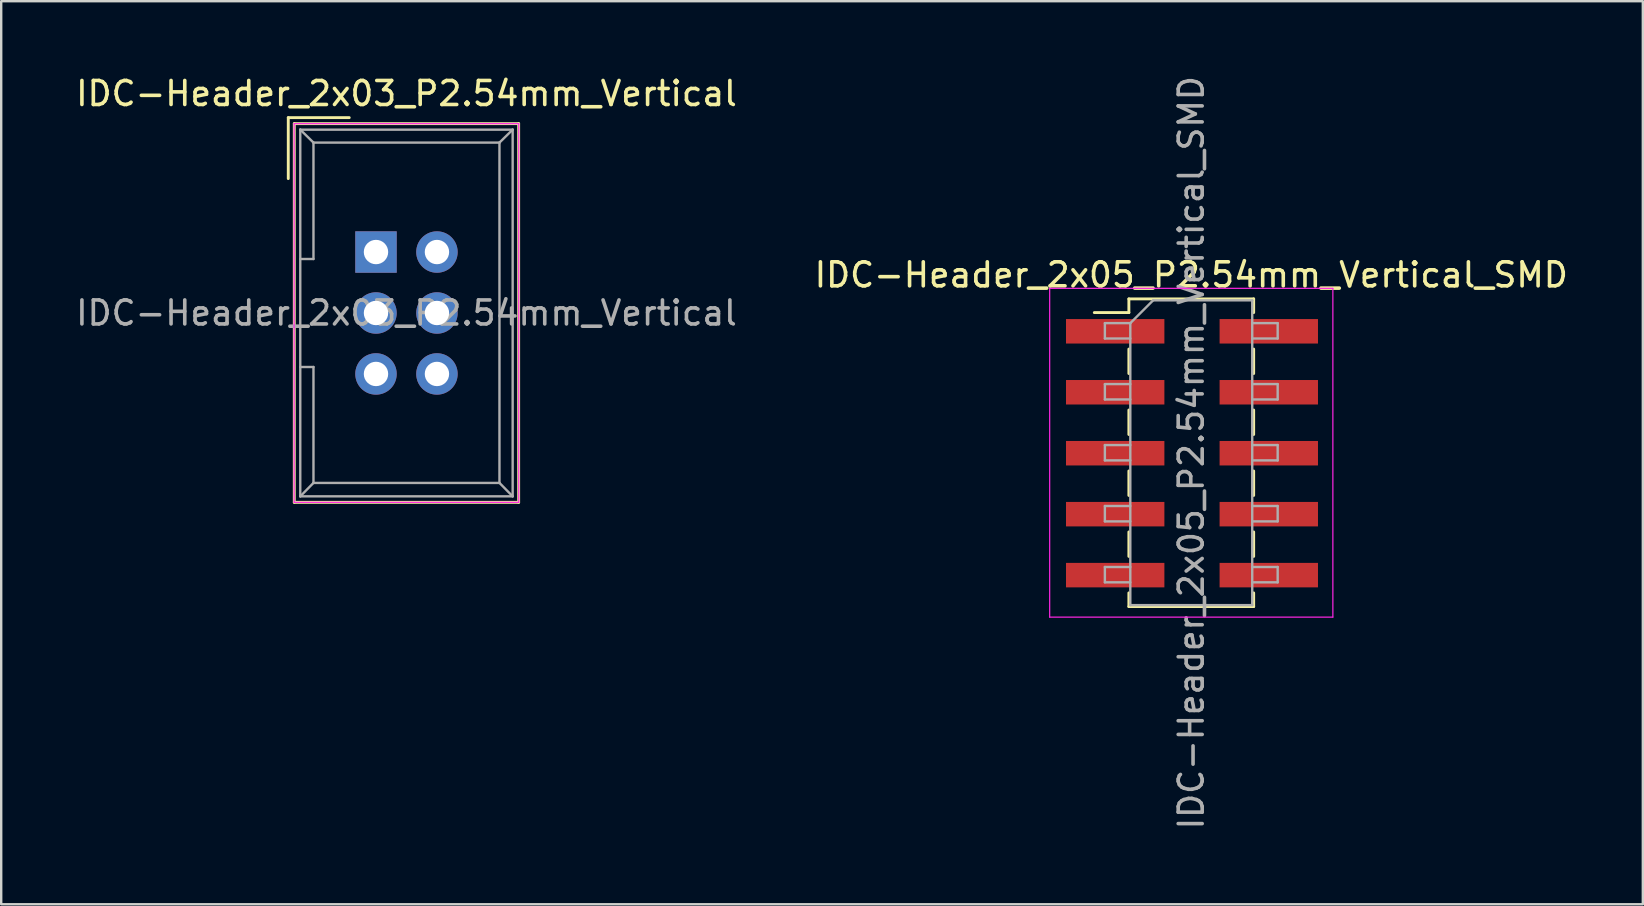
<source format=kicad_pcb>
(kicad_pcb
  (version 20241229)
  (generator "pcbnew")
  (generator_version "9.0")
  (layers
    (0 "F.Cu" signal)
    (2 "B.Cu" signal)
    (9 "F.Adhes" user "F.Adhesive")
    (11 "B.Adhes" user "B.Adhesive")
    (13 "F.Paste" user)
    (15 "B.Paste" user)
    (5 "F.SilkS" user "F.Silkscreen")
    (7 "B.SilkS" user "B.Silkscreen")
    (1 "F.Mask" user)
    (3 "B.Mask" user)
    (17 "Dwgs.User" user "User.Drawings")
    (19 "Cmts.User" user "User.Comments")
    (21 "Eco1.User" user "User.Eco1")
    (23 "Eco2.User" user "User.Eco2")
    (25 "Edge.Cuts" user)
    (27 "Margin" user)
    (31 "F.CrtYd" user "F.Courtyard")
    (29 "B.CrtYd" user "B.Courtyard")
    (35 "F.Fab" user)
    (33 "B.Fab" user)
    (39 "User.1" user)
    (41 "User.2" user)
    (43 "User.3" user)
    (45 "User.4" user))
  (footprint "IDC-Header_2x03_P2.54mm_Vertical"
    (layer "F.Cu")
    (at 12.617 7.452)
    (property "Reference" "IDC-Header_2x03_P2.54mm_Vertical" (at 1.27 -6.604 0) (layer "F.SilkS") (effects (font (size 1 1) (thickness 0.15))))
    (attr through_hole)
    (fp_line (start -3.655 -5.6) (end -3.655 -3.06) (stroke (width 0.12) (type solid)) (layer "F.SilkS"))
    (fp_line (start -3.655 -5.6) (end -1.115 -5.6) (stroke (width 0.12) (type solid)) (layer "F.SilkS"))
    (fp_line (start -3.405 -5.35) (end 5.945 -5.35) (stroke (width 0.12) (type solid)) (layer "F.SilkS"))
    (fp_line (start -3.405 10.43) (end -3.405 -5.35) (stroke (width 0.12) (type solid)) (layer "F.SilkS"))
    (fp_line (start 5.945 -5.35) (end 5.945 10.43) (stroke (width 0.12) (type solid)) (layer "F.SilkS"))
    (fp_line (start 5.945 10.43) (end -3.405 10.43) (stroke (width 0.12) (type solid)) (layer "F.SilkS"))
    (fp_line (start -3.41 -5.35) (end 5.95 -5.35) (stroke (width 0.05) (type solid)) (layer "F.CrtYd"))
    (fp_line (start -3.41 10.43) (end -3.41 -5.35) (stroke (width 0.05) (type solid)) (layer "F.CrtYd"))
    (fp_line (start 5.95 -5.35) (end 5.95 10.43) (stroke (width 0.05) (type solid)) (layer "F.CrtYd"))
    (fp_line (start 5.95 10.43) (end -3.41 10.43) (stroke (width 0.05) (type solid)) (layer "F.CrtYd"))
    (fp_line (start -3.155 -5.1) (end -3.155 10.18) (stroke (width 0.1) (type solid)) (layer "F.Fab"))
    (fp_line (start -3.155 -5.1) (end -2.605 -4.56) (stroke (width 0.1) (type solid)) (layer "F.Fab"))
    (fp_line (start -3.155 10.18) (end -2.605 9.62) (stroke (width 0.1) (type solid)) (layer "F.Fab"))
    (fp_line (start -2.605 -4.56) (end -2.605 0.29) (stroke (width 0.1) (type solid)) (layer "F.Fab"))
    (fp_line (start -2.605 0.29) (end -3.155 0.29) (stroke (width 0.1) (type solid)) (layer "F.Fab"))
    (fp_line (start -2.605 4.79) (end -3.155 4.79) (stroke (width 0.1) (type solid)) (layer "F.Fab"))
    (fp_line (start -2.605 4.79) (end -2.605 9.62) (stroke (width 0.1) (type solid)) (layer "F.Fab"))
    (fp_line (start 5.145 -4.56) (end -2.605 -4.56) (stroke (width 0.1) (type solid)) (layer "F.Fab"))
    (fp_line (start 5.145 -4.56) (end 5.145 9.62) (stroke (width 0.1) (type solid)) (layer "F.Fab"))
    (fp_line (start 5.145 9.62) (end -2.605 9.62) (stroke (width 0.1) (type solid)) (layer "F.Fab"))
    (fp_line (start 5.695 -5.1) (end -3.155 -5.1) (stroke (width 0.1) (type solid)) (layer "F.Fab"))
    (fp_line (start 5.695 -5.1) (end 5.145 -4.56) (stroke (width 0.1) (type solid)) (layer "F.Fab"))
    (fp_line (start 5.695 -5.1) (end 5.695 10.18) (stroke (width 0.1) (type solid)) (layer "F.Fab"))
    (fp_line (start 5.695 10.18) (end -3.155 10.18) (stroke (width 0.1) (type solid)) (layer "F.Fab"))
    (fp_line (start 5.695 10.18) (end 5.145 9.62) (stroke (width 0.1) (type solid)) (layer "F.Fab"))
    (fp_text user "${REFERENCE}" (at 1.27 2.54 0) (layer "F.Fab") (effects (font (size 1 1) (thickness 0.15))))
    (pad "1" thru_hole rect (at 0 0) (size 1.727 1.727) (drill 1.016) (layers "*.Cu" "*.Mask"))
    (pad "2" thru_hole oval (at 2.54 0) (size 1.727 1.727) (drill 1.016) (layers "*.Cu" "*.Mask"))
    (pad "3" thru_hole oval (at 0 2.54) (size 1.727 1.727) (drill 1.016) (layers "*.Cu" "*.Mask"))
    (pad "4" thru_hole oval (at 2.54 2.54) (size 1.727 1.727) (drill 1.016) (layers "*.Cu" "*.Mask"))
    (pad "5" thru_hole oval (at 0 5.08) (size 1.727 1.727) (drill 1.016) (layers "*.Cu" "*.Mask"))
    (pad "6" thru_hole oval (at 2.54 5.08) (size 1.727 1.727) (drill 1.016) (layers "*.Cu" "*.Mask")))
  (footprint "IDC-Header_2x05_P2.54mm_Vertical_SMD"
    (layer "F.Cu")
    (at 46.589 15.815)
    (property "Reference" "IDC-Header_2x05_P2.54mm_Vertical_SMD" (at 0 -7.41 0) (layer "F.SilkS") (effects (font (size 1 1) (thickness 0.15))))
    (attr smd)
    (fp_line (start -4.04 -5.84) (end -2.6 -5.84) (stroke (width 0.12) (type solid)) (layer "F.SilkS"))
    (fp_line (start -2.6 -6.41) (end -2.6 -5.84) (stroke (width 0.12) (type solid)) (layer "F.SilkS"))
    (fp_line (start -2.6 -6.41) (end 2.6 -6.41) (stroke (width 0.12) (type solid)) (layer "F.SilkS"))
    (fp_line (start -2.6 -4.32) (end -2.6 -3.3) (stroke (width 0.12) (type solid)) (layer "F.SilkS"))
    (fp_line (start -2.6 -1.78) (end -2.6 -0.76) (stroke (width 0.12) (type solid)) (layer "F.SilkS"))
    (fp_line (start -2.6 0.76) (end -2.6 1.78) (stroke (width 0.12) (type solid)) (layer "F.SilkS"))
    (fp_line (start -2.6 3.3) (end -2.6 4.32) (stroke (width 0.12) (type solid)) (layer "F.SilkS"))
    (fp_line (start -2.6 5.84) (end -2.6 6.41) (stroke (width 0.12) (type solid)) (layer "F.SilkS"))
    (fp_line (start -2.6 6.41) (end 2.6 6.41) (stroke (width 0.12) (type solid)) (layer "F.SilkS"))
    (fp_line (start 2.6 -6.41) (end 2.6 -5.84) (stroke (width 0.12) (type solid)) (layer "F.SilkS"))
    (fp_line (start 2.6 -4.32) (end 2.6 -3.3) (stroke (width 0.12) (type solid)) (layer "F.SilkS"))
    (fp_line (start 2.6 -1.78) (end 2.6 -0.76) (stroke (width 0.12) (type solid)) (layer "F.SilkS"))
    (fp_line (start 2.6 0.76) (end 2.6 1.78) (stroke (width 0.12) (type solid)) (layer "F.SilkS"))
    (fp_line (start 2.6 3.3) (end 2.6 4.32) (stroke (width 0.12) (type solid)) (layer "F.SilkS"))
    (fp_line (start 2.6 5.84) (end 2.6 6.41) (stroke (width 0.12) (type solid)) (layer "F.SilkS"))
    (fp_line (start -5.9 -6.85) (end -5.9 6.85) (stroke (width 0.05) (type solid)) (layer "F.CrtYd"))
    (fp_line (start -5.9 6.85) (end 5.9 6.85) (stroke (width 0.05) (type solid)) (layer "F.CrtYd"))
    (fp_line (start 5.9 -6.85) (end -5.9 -6.85) (stroke (width 0.05) (type solid)) (layer "F.CrtYd"))
    (fp_line (start 5.9 6.85) (end 5.9 -6.85) (stroke (width 0.05) (type solid)) (layer "F.CrtYd"))
    (fp_line (start -3.6 -5.4) (end -3.6 -4.76) (stroke (width 0.1) (type solid)) (layer "F.Fab"))
    (fp_line (start -3.6 -4.76) (end -2.54 -4.76) (stroke (width 0.1) (type solid)) (layer "F.Fab"))
    (fp_line (start -3.6 -2.86) (end -3.6 -2.22) (stroke (width 0.1) (type solid)) (layer "F.Fab"))
    (fp_line (start -3.6 -2.22) (end -2.54 -2.22) (stroke (width 0.1) (type solid)) (layer "F.Fab"))
    (fp_line (start -3.6 -0.32) (end -3.6 0.32) (stroke (width 0.1) (type solid)) (layer "F.Fab"))
    (fp_line (start -3.6 0.32) (end -2.54 0.32) (stroke (width 0.1) (type solid)) (layer "F.Fab"))
    (fp_line (start -3.6 2.22) (end -3.6 2.86) (stroke (width 0.1) (type solid)) (layer "F.Fab"))
    (fp_line (start -3.6 2.86) (end -2.54 2.86) (stroke (width 0.1) (type solid)) (layer "F.Fab"))
    (fp_line (start -3.6 4.76) (end -3.6 5.4) (stroke (width 0.1) (type solid)) (layer "F.Fab"))
    (fp_line (start -3.6 5.4) (end -2.54 5.4) (stroke (width 0.1) (type solid)) (layer "F.Fab"))
    (fp_line (start -2.54 -5.4) (end -3.6 -5.4) (stroke (width 0.1) (type solid)) (layer "F.Fab"))
    (fp_line (start -2.54 -5.4) (end -1.59 -6.35) (stroke (width 0.1) (type solid)) (layer "F.Fab"))
    (fp_line (start -2.54 -2.86) (end -3.6 -2.86) (stroke (width 0.1) (type solid)) (layer "F.Fab"))
    (fp_line (start -2.54 -0.32) (end -3.6 -0.32) (stroke (width 0.1) (type solid)) (layer "F.Fab"))
    (fp_line (start -2.54 2.22) (end -3.6 2.22) (stroke (width 0.1) (type solid)) (layer "F.Fab"))
    (fp_line (start -2.54 4.76) (end -3.6 4.76) (stroke (width 0.1) (type solid)) (layer "F.Fab"))
    (fp_line (start -2.54 6.35) (end -2.54 -5.4) (stroke (width 0.1) (type solid)) (layer "F.Fab"))
    (fp_line (start -1.59 -6.35) (end 2.54 -6.35) (stroke (width 0.1) (type solid)) (layer "F.Fab"))
    (fp_line (start 2.54 -6.35) (end 2.54 6.35) (stroke (width 0.1) (type solid)) (layer "F.Fab"))
    (fp_line (start 2.54 -5.4) (end 3.6 -5.4) (stroke (width 0.1) (type solid)) (layer "F.Fab"))
    (fp_line (start 2.54 -2.86) (end 3.6 -2.86) (stroke (width 0.1) (type solid)) (layer "F.Fab"))
    (fp_line (start 2.54 -0.32) (end 3.6 -0.32) (stroke (width 0.1) (type solid)) (layer "F.Fab"))
    (fp_line (start 2.54 2.22) (end 3.6 2.22) (stroke (width 0.1) (type solid)) (layer "F.Fab"))
    (fp_line (start 2.54 4.76) (end 3.6 4.76) (stroke (width 0.1) (type solid)) (layer "F.Fab"))
    (fp_line (start 2.54 6.35) (end -2.54 6.35) (stroke (width 0.1) (type solid)) (layer "F.Fab"))
    (fp_line (start 3.6 -5.4) (end 3.6 -4.76) (stroke (width 0.1) (type solid)) (layer "F.Fab"))
    (fp_line (start 3.6 -4.76) (end 2.54 -4.76) (stroke (width 0.1) (type solid)) (layer "F.Fab"))
    (fp_line (start 3.6 -2.86) (end 3.6 -2.22) (stroke (width 0.1) (type solid)) (layer "F.Fab"))
    (fp_line (start 3.6 -2.22) (end 2.54 -2.22) (stroke (width 0.1) (type solid)) (layer "F.Fab"))
    (fp_line (start 3.6 -0.32) (end 3.6 0.32) (stroke (width 0.1) (type solid)) (layer "F.Fab"))
    (fp_line (start 3.6 0.32) (end 2.54 0.32) (stroke (width 0.1) (type solid)) (layer "F.Fab"))
    (fp_line (start 3.6 2.22) (end 3.6 2.86) (stroke (width 0.1) (type solid)) (layer "F.Fab"))
    (fp_line (start 3.6 2.86) (end 2.54 2.86) (stroke (width 0.1) (type solid)) (layer "F.Fab"))
    (fp_line (start 3.6 4.76) (end 3.6 5.4) (stroke (width 0.1) (type solid)) (layer "F.Fab"))
    (fp_line (start 3.6 5.4) (end 2.54 5.4) (stroke (width 0.1) (type solid)) (layer "F.Fab"))
    (fp_text user "${REFERENCE}" (at 0 0 90) (layer "F.Fab") (effects (font (size 1 1) (thickness 0.15))))
    (pad "1" smd rect (at -3.17 -5.06 90) (size 1.02 4.1) (layers "F.Cu" "F.Mask" "F.Paste"))
    (pad "2" smd rect (at 3.23 -5.06 90) (size 1.02 4.1) (layers "F.Cu" "F.Mask" "F.Paste"))
    (pad "3" smd rect (at -3.17 -2.52 90) (size 1.02 4.1) (layers "F.Cu" "F.Mask" "F.Paste"))
    (pad "4" smd rect (at 3.23 -2.52 90) (size 1.02 4.1) (layers "F.Cu" "F.Mask" "F.Paste"))
    (pad "5" smd rect (at -3.17 0.02 90) (size 1.02 4.1) (layers "F.Cu" "F.Mask" "F.Paste"))
    (pad "6" smd rect (at 3.23 0.02 90) (size 1.02 4.1) (layers "F.Cu" "F.Mask" "F.Paste"))
    (pad "7" smd rect (at -3.17 2.56 90) (size 1.02 4.1) (layers "F.Cu" "F.Mask" "F.Paste"))
    (pad "8" smd rect (at 3.23 2.56 90) (size 1.02 4.1) (layers "F.Cu" "F.Mask" "F.Paste"))
    (pad "9" smd rect (at -3.17 5.1 90) (size 1.02 4.1) (layers "F.Cu" "F.Mask" "F.Paste"))
    (pad "10" smd rect (at 3.23 5.1 90) (size 1.02 4.1) (layers "F.Cu" "F.Mask" "F.Paste")))
  (gr_rect
    (start -3 -3)
    (end 65.405 34.631)
    (stroke (width 0.1) (type default))
    (fill no)
    (layer "Edge.Cuts")))
</source>
